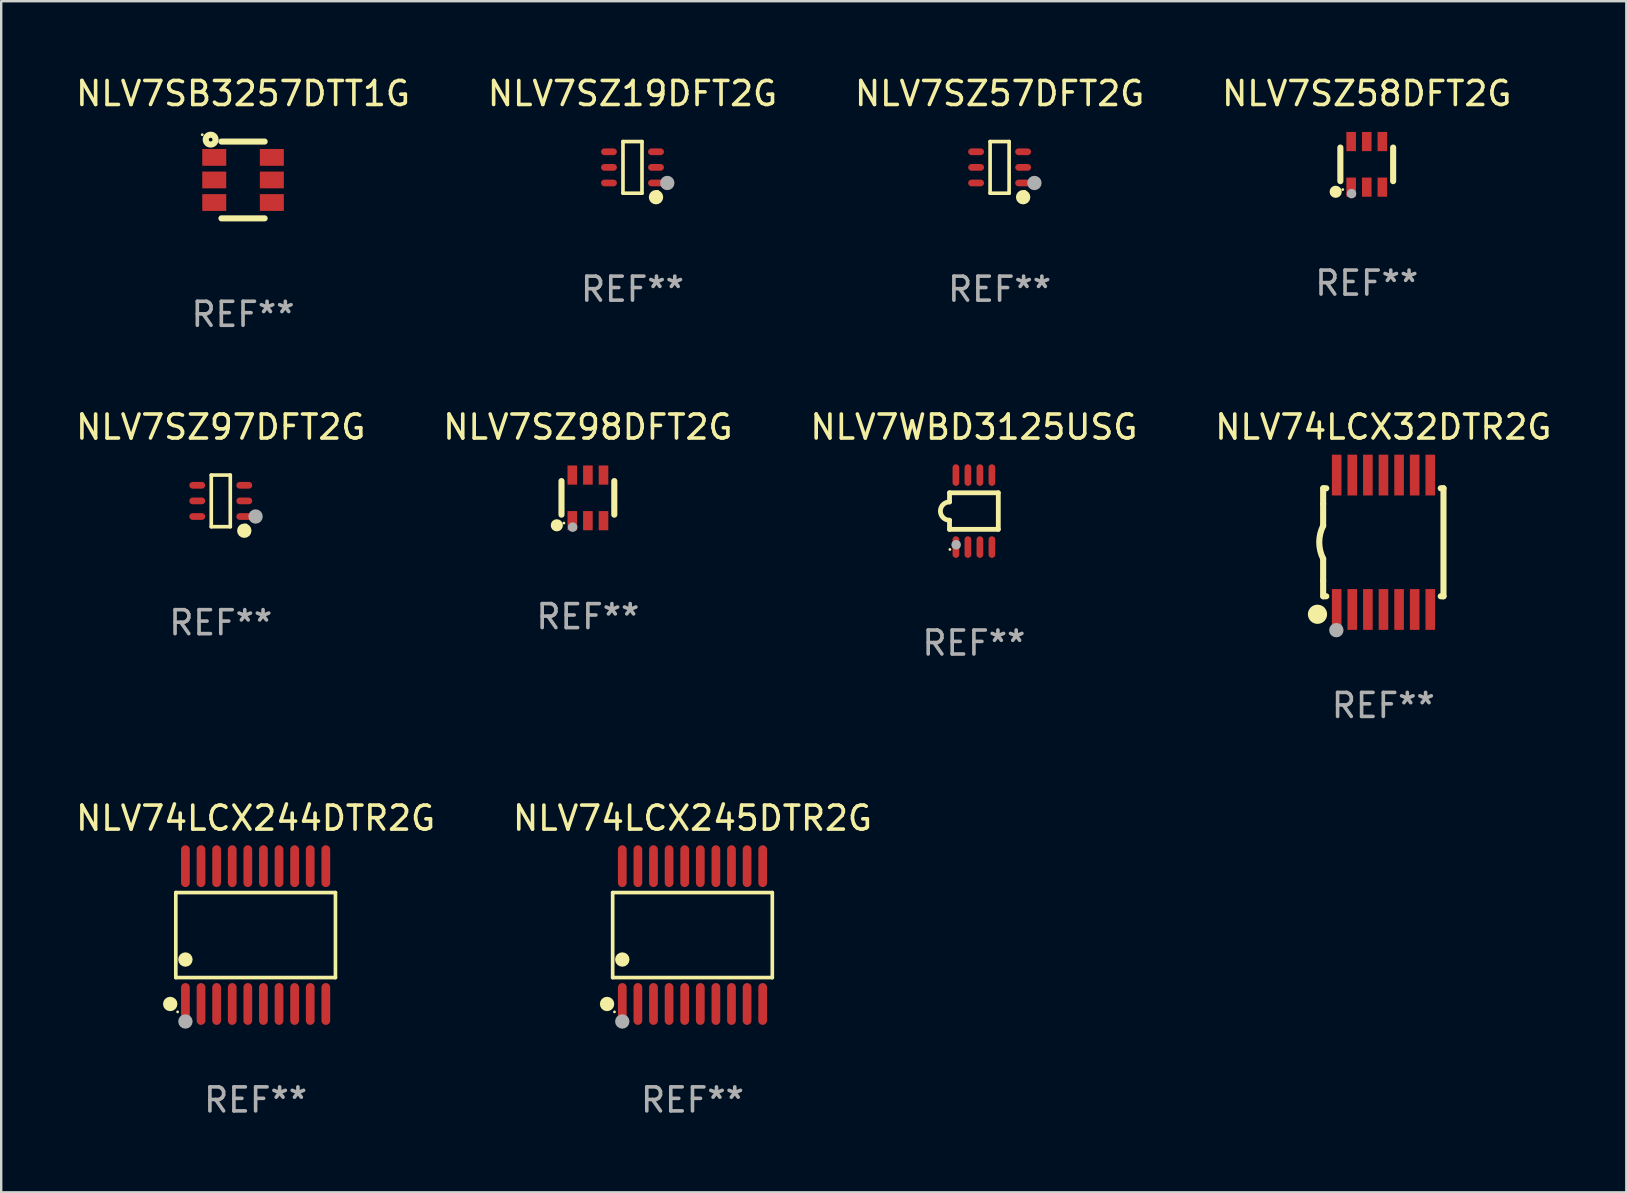
<source format=kicad_pcb>
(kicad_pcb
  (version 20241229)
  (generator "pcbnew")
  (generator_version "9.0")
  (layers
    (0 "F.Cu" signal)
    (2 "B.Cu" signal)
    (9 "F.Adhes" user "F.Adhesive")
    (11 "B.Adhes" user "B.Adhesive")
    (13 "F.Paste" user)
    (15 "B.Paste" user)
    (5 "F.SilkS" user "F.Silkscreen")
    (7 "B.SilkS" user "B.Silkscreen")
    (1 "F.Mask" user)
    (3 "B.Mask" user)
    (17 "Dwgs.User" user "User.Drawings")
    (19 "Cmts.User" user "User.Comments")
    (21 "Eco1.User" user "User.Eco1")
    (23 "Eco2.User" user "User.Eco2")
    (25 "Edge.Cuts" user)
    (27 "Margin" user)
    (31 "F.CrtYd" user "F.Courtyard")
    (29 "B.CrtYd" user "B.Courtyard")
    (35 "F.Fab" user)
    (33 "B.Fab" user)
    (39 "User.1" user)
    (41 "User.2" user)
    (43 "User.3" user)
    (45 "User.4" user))
  (footprint "NLV74LCX245DTR2G"
    (layer "F.Cu")
    (at 25.804 35.912)
    (property "Reference" "NLV74LCX245DTR2G" (at 0 -4.871 0) (layer "F.SilkS") (effects (font (size 1 1) (thickness 0.15))))
    (attr through_hole)
    (fp_line (start -3.326 -1.771) (end 3.326 -1.771) (stroke (width 0.152) (type solid)) (layer "F.SilkS"))
    (fp_line (start -3.326 1.771) (end -3.326 -1.771) (stroke (width 0.152) (type solid)) (layer "F.SilkS"))
    (fp_line (start 3.326 -1.771) (end 3.326 1.771) (stroke (width 0.152) (type solid)) (layer "F.SilkS"))
    (fp_line (start 3.326 1.771) (end -3.326 1.771) (stroke (width 0.152) (type solid)) (layer "F.SilkS"))
    (fp_circle (center -3.559 2.871) (end -3.409 2.871) (stroke (width 0.3) (type solid)) (fill no) (layer "F.SilkS"))
    (fp_circle (center -3.25 3.2) (end -3.22 3.2) (stroke (width 0.06) (type solid)) (fill no) (layer "F.SilkS"))
    (fp_circle (center -2.925 1.019) (end -2.775 1.019) (stroke (width 0.3) (type solid)) (fill no) (layer "F.SilkS"))
    (fp_circle (center -2.925 3.6) (end -2.775 3.6) (stroke (width 0.3) (type solid)) (fill no) (layer "F.Fab"))
    (fp_text user "REF**" (at 0 6.871 0) (layer "F.Fab") (effects (font (size 1 1) (thickness 0.15))))
    (pad "1" smd oval (at -2.925 2.871) (size 0.364 1.742) (layers "F.Cu" "F.Mask" "F.Paste"))
    (pad "2" smd oval (at -2.275 2.871) (size 0.364 1.742) (layers "F.Cu" "F.Mask" "F.Paste"))
    (pad "3" smd oval (at -1.625 2.871) (size 0.364 1.742) (layers "F.Cu" "F.Mask" "F.Paste"))
    (pad "4" smd oval (at -0.975 2.871) (size 0.364 1.742) (layers "F.Cu" "F.Mask" "F.Paste"))
    (pad "5" smd oval (at -0.325 2.871) (size 0.364 1.742) (layers "F.Cu" "F.Mask" "F.Paste"))
    (pad "6" smd oval (at 0.325 2.871) (size 0.364 1.742) (layers "F.Cu" "F.Mask" "F.Paste"))
    (pad "7" smd oval (at 0.975 2.871) (size 0.364 1.742) (layers "F.Cu" "F.Mask" "F.Paste"))
    (pad "8" smd oval (at 1.625 2.871) (size 0.364 1.742) (layers "F.Cu" "F.Mask" "F.Paste"))
    (pad "9" smd oval (at 2.275 2.871) (size 0.364 1.742) (layers "F.Cu" "F.Mask" "F.Paste"))
    (pad "10" smd oval (at 2.925 2.871) (size 0.364 1.742) (layers "F.Cu" "F.Mask" "F.Paste"))
    (pad "11" smd oval (at 2.925 -2.871) (size 0.364 1.742) (layers "F.Cu" "F.Mask" "F.Paste"))
    (pad "12" smd oval (at 2.275 -2.871) (size 0.364 1.742) (layers "F.Cu" "F.Mask" "F.Paste"))
    (pad "13" smd oval (at 1.625 -2.871) (size 0.364 1.742) (layers "F.Cu" "F.Mask" "F.Paste"))
    (pad "14" smd oval (at 0.975 -2.871) (size 0.364 1.742) (layers "F.Cu" "F.Mask" "F.Paste"))
    (pad "15" smd oval (at 0.325 -2.871) (size 0.364 1.742) (layers "F.Cu" "F.Mask" "F.Paste"))
    (pad "16" smd oval (at -0.325 -2.871) (size 0.364 1.742) (layers "F.Cu" "F.Mask" "F.Paste"))
    (pad "17" smd oval (at -0.975 -2.871) (size 0.364 1.742) (layers "F.Cu" "F.Mask" "F.Paste"))
    (pad "18" smd oval (at -1.625 -2.871) (size 0.364 1.742) (layers "F.Cu" "F.Mask" "F.Paste"))
    (pad "19" smd oval (at -2.275 -2.871) (size 0.364 1.742) (layers "F.Cu" "F.Mask" "F.Paste"))
    (pad "20" smd oval (at -2.925 -2.871) (size 0.364 1.742) (layers "F.Cu" "F.Mask" "F.Paste")))
  (footprint "NLV74LCX32DTR2G"
    (layer "F.Cu")
    (at 54.589 19.545)
    (property "Reference" "NLV74LCX32DTR2G" (at 0 -4.8 0) (layer "F.SilkS") (effects (font (size 1 1) (thickness 0.15))))
    (attr through_hole)
    (fp_line (start -2.507 -1.6) (end -2.507 -2.25) (stroke (width 0.254) (type solid)) (layer "F.SilkS"))
    (fp_line (start -2.507 -0.686) (end -2.507 -1.6) (stroke (width 0.254) (type solid)) (layer "F.SilkS"))
    (fp_line (start -2.507 1.6) (end -2.507 0.686) (stroke (width 0.254) (type solid)) (layer "F.SilkS"))
    (fp_line (start -2.507 1.6) (end -2.507 2.25) (stroke (width 0.254) (type solid)) (layer "F.SilkS"))
    (fp_line (start -2.493 -2.25) (end -2.377 -2.25) (stroke (width 0.254) (type solid)) (layer "F.SilkS"))
    (fp_line (start -2.377 2.25) (end -2.493 2.25) (stroke (width 0.254) (type solid)) (layer "F.SilkS"))
    (fp_line (start 2.392 -2.25) (end 2.507 -2.25) (stroke (width 0.254) (type solid)) (layer "F.SilkS"))
    (fp_line (start 2.507 -2.25) (end 2.507 2.25) (stroke (width 0.254) (type solid)) (layer "F.SilkS"))
    (fp_line (start 2.507 2.25) (end 2.392 2.25) (stroke (width 0.254) (type solid)) (layer "F.SilkS"))
    (fp_arc (start -2.507303 0.685802) (mid -2.669199 0) (end -2.507303 -0.685801) (stroke (width 0.254001) (type solid)) (layer "F.SilkS"))
    (fp_circle (center -2.743 3) (end -2.543 3) (stroke (width 0.4) (type solid)) (fill no) (layer "F.SilkS"))
    (fp_circle (center -2.493 3.2) (end -2.463 3.2) (stroke (width 0.06) (type solid)) (fill no) (layer "F.SilkS"))
    (fp_circle (center -1.957 3.662) (end -1.807 3.662) (stroke (width 0.3) (type solid)) (fill no) (layer "F.Fab"))
    (fp_text user "REF**" (at 0 6.8 0) (layer "F.Fab") (effects (font (size 1 1) (thickness 0.15))))
    (pad "1" smd rect (at -1.943 2.8) (size 0.4 1.7) (layers "F.Cu" "F.Mask" "F.Paste"))
    (pad "2" smd rect (at -1.293 2.8) (size 0.4 1.7) (layers "F.Cu" "F.Mask" "F.Paste"))
    (pad "3" smd rect (at -0.643 2.8) (size 0.4 1.7) (layers "F.Cu" "F.Mask" "F.Paste"))
    (pad "4" smd rect (at 0.007 2.8) (size 0.4 1.7) (layers "F.Cu" "F.Mask" "F.Paste"))
    (pad "5" smd rect (at 0.657 2.8) (size 0.4 1.7) (layers "F.Cu" "F.Mask" "F.Paste"))
    (pad "6" smd rect (at 1.307 2.8) (size 0.4 1.7) (layers "F.Cu" "F.Mask" "F.Paste"))
    (pad "7" smd rect (at 1.957 2.8) (size 0.4 1.7) (layers "F.Cu" "F.Mask" "F.Paste"))
    (pad "8" smd rect (at 1.957 -2.8) (size 0.4 1.7) (layers "F.Cu" "F.Mask" "F.Paste"))
    (pad "9" smd rect (at 1.307 -2.8) (size 0.4 1.7) (layers "F.Cu" "F.Mask" "F.Paste"))
    (pad "10" smd rect (at 0.657 -2.8) (size 0.4 1.7) (layers "F.Cu" "F.Mask" "F.Paste"))
    (pad "11" smd rect (at 0.007 -2.8) (size 0.4 1.7) (layers "F.Cu" "F.Mask" "F.Paste"))
    (pad "12" smd rect (at -0.643 -2.8) (size 0.4 1.7) (layers "F.Cu" "F.Mask" "F.Paste"))
    (pad "13" smd rect (at -1.293 -2.8) (size 0.4 1.7) (layers "F.Cu" "F.Mask" "F.Paste"))
    (pad "14" smd rect (at -1.943 -2.8) (size 0.4 1.7) (layers "F.Cu" "F.Mask" "F.Paste")))
  (footprint "NLV7SZ97DFT2G"
    (layer "F.Cu")
    (at 6.149 17.821)
    (property "Reference" "NLV7SZ97DFT2G" (at 0 -3.076 0) (layer "F.SilkS") (effects (font (size 1 1) (thickness 0.15))))
    (attr through_hole)
    (fp_line (start -0.396 -1.076) (end 0.396 -1.076) (stroke (width 0.152) (type solid)) (layer "F.SilkS"))
    (fp_line (start -0.396 1.076) (end -0.396 -1.076) (stroke (width 0.152) (type solid)) (layer "F.SilkS"))
    (fp_line (start 0.396 -1.076) (end 0.396 1.076) (stroke (width 0.152) (type solid)) (layer "F.SilkS"))
    (fp_line (start 0.396 1.076) (end -0.396 1.076) (stroke (width 0.152) (type solid)) (layer "F.SilkS"))
    (fp_circle (center 0.98 1.242) (end 1.13 1.242) (stroke (width 0.3) (type solid)) (fill no) (layer "F.SilkS"))
    (fp_circle (center 1.05 1) (end 1.08 1) (stroke (width 0.06) (type solid)) (fill no) (layer "F.SilkS"))
    (fp_circle (center 1.45 0.65) (end 1.6 0.65) (stroke (width 0.3) (type solid)) (fill no) (layer "F.Fab"))
    (fp_text user "REF**" (at 0 5.076 0) (layer "F.Fab") (effects (font (size 1 1) (thickness 0.15))))
    (pad "1" smd oval (at 0.98 0.65 90) (size 0.28 0.66) (layers "F.Cu" "F.Mask" "F.Paste"))
    (pad "2" smd oval (at 0.98 0 90) (size 0.28 0.66) (layers "F.Cu" "F.Mask" "F.Paste"))
    (pad "3" smd oval (at 0.98 -0.65 90) (size 0.28 0.66) (layers "F.Cu" "F.Mask" "F.Paste"))
    (pad "4" smd oval (at -0.98 -0.65 90) (size 0.28 0.66) (layers "F.Cu" "F.Mask" "F.Paste"))
    (pad "5" smd oval (at -0.98 0 90) (size 0.28 0.66) (layers "F.Cu" "F.Mask" "F.Paste"))
    (pad "6" smd oval (at -0.98 0.65 90) (size 0.28 0.66) (layers "F.Cu" "F.Mask" "F.Paste")))
  (footprint "NLV7SZ58DFT2G"
    (layer "F.Cu")
    (at 53.899 3.798)
    (property "Reference" "NLV7SZ58DFT2G" (at 0 -2.95 0) (layer "F.SilkS") (effects (font (size 1 1) (thickness 0.15))))
    (attr through_hole)
    (fp_line (start -1.1 -0.7) (end -1.1 0.7) (stroke (width 0.254) (type solid)) (layer "F.SilkS"))
    (fp_line (start 1.1 -0.7) (end 1.1 0.7) (stroke (width 0.254) (type solid)) (layer "F.SilkS"))
    (fp_circle (center -1.295 1.143) (end -1.168 1.143) (stroke (width 0.254) (type solid)) (fill no) (layer "F.SilkS"))
    (fp_circle (center -1 1.05) (end -0.97 1.05) (stroke (width 0.06) (type solid)) (fill no) (layer "F.SilkS"))
    (fp_circle (center -0.635 1.219) (end -0.535 1.219) (stroke (width 0.2) (type solid)) (fill no) (layer "F.Fab"))
    (fp_text user "REF**" (at 0 4.95 0) (layer "F.Fab") (effects (font (size 1 1) (thickness 0.15))))
    (pad "1" smd rect (at -0.65 0.95) (size 0.4 0.8) (layers "F.Cu" "F.Mask" "F.Paste"))
    (pad "2" smd rect (at 0 0.95) (size 0.4 0.8) (layers "F.Cu" "F.Mask" "F.Paste"))
    (pad "3" smd rect (at 0.65 0.95) (size 0.4 0.8) (layers "F.Cu" "F.Mask" "F.Paste"))
    (pad "4" smd rect (at 0.65 -0.95) (size 0.4 0.8) (layers "F.Cu" "F.Mask" "F.Paste"))
    (pad "5" smd rect (at 0 -0.95) (size 0.4 0.8) (layers "F.Cu" "F.Mask" "F.Paste"))
    (pad "6" smd rect (at -0.65 -0.95) (size 0.4 0.8) (layers "F.Cu" "F.Mask" "F.Paste")))
  (footprint "NLV7SB3257DTT1G"
    (layer "F.Cu")
    (at 7.077 4.448)
    (property "Reference" "NLV7SB3257DTT1G" (at 0 -3.6 0) (layer "F.SilkS") (effects (font (size 1 1) (thickness 0.15))))
    (attr through_hole)
    (fp_line (start 0.9 -1.6) (end -0.9 -1.6) (stroke (width 0.254) (type solid)) (layer "F.SilkS"))
    (fp_line (start 0.9 1.6) (end -0.9 1.6) (stroke (width 0.254) (type solid)) (layer "F.SilkS"))
    (fp_circle (center -1.7 -1.885) (end -1.67 -1.885) (stroke (width 0.06) (type solid)) (fill no) (layer "F.SilkS"))
    (fp_circle (center -1.35 -1.68) (end -1.272 -1.68) (stroke (width 0.254) (type solid)) (fill no) (layer "F.SilkS"))
    (fp_text user "REF**" (at 0 5.6 0) (layer "F.Fab") (effects (font (size 1 1) (thickness 0.15))))
    (pad "1" smd rect (at -1.2 -0.94) (size 1 0.7) (layers "F.Cu" "F.Mask" "F.Paste"))
    (pad "2" smd rect (at -1.2 0) (size 1 0.7) (layers "F.Cu" "F.Mask" "F.Paste"))
    (pad "3" smd rect (at -1.2 0.94) (size 1 0.7) (layers "F.Cu" "F.Mask" "F.Paste"))
    (pad "4" smd rect (at 1.2 0.94) (size 1 0.7) (layers "F.Cu" "F.Mask" "F.Paste"))
    (pad "5" smd rect (at 1.2 0) (size 1 0.7) (layers "F.Cu" "F.Mask" "F.Paste"))
    (pad "6" smd rect (at 1.2 -0.94) (size 1 0.7) (layers "F.Cu" "F.Mask" "F.Paste")))
  (footprint "NLV7SZ57DFT2G"
    (layer "F.Cu")
    (at 38.601 3.924)
    (property "Reference" "NLV7SZ57DFT2G" (at 0 -3.076 0) (layer "F.SilkS") (effects (font (size 1 1) (thickness 0.15))))
    (attr through_hole)
    (fp_line (start -0.396 -1.076) (end 0.396 -1.076) (stroke (width 0.152) (type solid)) (layer "F.SilkS"))
    (fp_line (start -0.396 1.076) (end -0.396 -1.076) (stroke (width 0.152) (type solid)) (layer "F.SilkS"))
    (fp_line (start 0.396 -1.076) (end 0.396 1.076) (stroke (width 0.152) (type solid)) (layer "F.SilkS"))
    (fp_line (start 0.396 1.076) (end -0.396 1.076) (stroke (width 0.152) (type solid)) (layer "F.SilkS"))
    (fp_circle (center 0.98 1.242) (end 1.13 1.242) (stroke (width 0.3) (type solid)) (fill no) (layer "F.SilkS"))
    (fp_circle (center 1.05 1) (end 1.08 1) (stroke (width 0.06) (type solid)) (fill no) (layer "F.SilkS"))
    (fp_circle (center 1.45 0.65) (end 1.6 0.65) (stroke (width 0.3) (type solid)) (fill no) (layer "F.Fab"))
    (fp_text user "REF**" (at 0 5.076 0) (layer "F.Fab") (effects (font (size 1 1) (thickness 0.15))))
    (pad "1" smd oval (at 0.98 0.65 90) (size 0.28 0.66) (layers "F.Cu" "F.Mask" "F.Paste"))
    (pad "2" smd oval (at 0.98 0 90) (size 0.28 0.66) (layers "F.Cu" "F.Mask" "F.Paste"))
    (pad "3" smd oval (at 0.98 -0.65 90) (size 0.28 0.66) (layers "F.Cu" "F.Mask" "F.Paste"))
    (pad "4" smd oval (at -0.98 -0.65 90) (size 0.28 0.66) (layers "F.Cu" "F.Mask" "F.Paste"))
    (pad "5" smd oval (at -0.98 0 90) (size 0.28 0.66) (layers "F.Cu" "F.Mask" "F.Paste"))
    (pad "6" smd oval (at -0.98 0.65 90) (size 0.28 0.66) (layers "F.Cu" "F.Mask" "F.Paste")))
  (footprint "NLV74LCX244DTR2G"
    (layer "F.Cu")
    (at 7.601 35.912)
    (property "Reference" "NLV74LCX244DTR2G" (at 0 -4.871 0) (layer "F.SilkS") (effects (font (size 1 1) (thickness 0.15))))
    (attr through_hole)
    (fp_line (start -3.326 -1.771) (end 3.326 -1.771) (stroke (width 0.152) (type solid)) (layer "F.SilkS"))
    (fp_line (start -3.326 1.771) (end -3.326 -1.771) (stroke (width 0.152) (type solid)) (layer "F.SilkS"))
    (fp_line (start 3.326 -1.771) (end 3.326 1.771) (stroke (width 0.152) (type solid)) (layer "F.SilkS"))
    (fp_line (start 3.326 1.771) (end -3.326 1.771) (stroke (width 0.152) (type solid)) (layer "F.SilkS"))
    (fp_circle (center -3.559 2.871) (end -3.409 2.871) (stroke (width 0.3) (type solid)) (fill no) (layer "F.SilkS"))
    (fp_circle (center -3.25 3.2) (end -3.22 3.2) (stroke (width 0.06) (type solid)) (fill no) (layer "F.SilkS"))
    (fp_circle (center -2.925 1.019) (end -2.775 1.019) (stroke (width 0.3) (type solid)) (fill no) (layer "F.SilkS"))
    (fp_circle (center -2.925 3.6) (end -2.775 3.6) (stroke (width 0.3) (type solid)) (fill no) (layer "F.Fab"))
    (fp_text user "REF**" (at 0 6.871 0) (layer "F.Fab") (effects (font (size 1 1) (thickness 0.15))))
    (pad "1" smd oval (at -2.925 2.871) (size 0.364 1.742) (layers "F.Cu" "F.Mask" "F.Paste"))
    (pad "2" smd oval (at -2.275 2.871) (size 0.364 1.742) (layers "F.Cu" "F.Mask" "F.Paste"))
    (pad "3" smd oval (at -1.625 2.871) (size 0.364 1.742) (layers "F.Cu" "F.Mask" "F.Paste"))
    (pad "4" smd oval (at -0.975 2.871) (size 0.364 1.742) (layers "F.Cu" "F.Mask" "F.Paste"))
    (pad "5" smd oval (at -0.325 2.871) (size 0.364 1.742) (layers "F.Cu" "F.Mask" "F.Paste"))
    (pad "6" smd oval (at 0.325 2.871) (size 0.364 1.742) (layers "F.Cu" "F.Mask" "F.Paste"))
    (pad "7" smd oval (at 0.975 2.871) (size 0.364 1.742) (layers "F.Cu" "F.Mask" "F.Paste"))
    (pad "8" smd oval (at 1.625 2.871) (size 0.364 1.742) (layers "F.Cu" "F.Mask" "F.Paste"))
    (pad "9" smd oval (at 2.275 2.871) (size 0.364 1.742) (layers "F.Cu" "F.Mask" "F.Paste"))
    (pad "10" smd oval (at 2.925 2.871) (size 0.364 1.742) (layers "F.Cu" "F.Mask" "F.Paste"))
    (pad "11" smd oval (at 2.925 -2.871) (size 0.364 1.742) (layers "F.Cu" "F.Mask" "F.Paste"))
    (pad "12" smd oval (at 2.275 -2.871) (size 0.364 1.742) (layers "F.Cu" "F.Mask" "F.Paste"))
    (pad "13" smd oval (at 1.625 -2.871) (size 0.364 1.742) (layers "F.Cu" "F.Mask" "F.Paste"))
    (pad "14" smd oval (at 0.975 -2.871) (size 0.364 1.742) (layers "F.Cu" "F.Mask" "F.Paste"))
    (pad "15" smd oval (at 0.325 -2.871) (size 0.364 1.742) (layers "F.Cu" "F.Mask" "F.Paste"))
    (pad "16" smd oval (at -0.325 -2.871) (size 0.364 1.742) (layers "F.Cu" "F.Mask" "F.Paste"))
    (pad "17" smd oval (at -0.975 -2.871) (size 0.364 1.742) (layers "F.Cu" "F.Mask" "F.Paste"))
    (pad "18" smd oval (at -1.625 -2.871) (size 0.364 1.742) (layers "F.Cu" "F.Mask" "F.Paste"))
    (pad "19" smd oval (at -2.275 -2.871) (size 0.364 1.742) (layers "F.Cu" "F.Mask" "F.Paste"))
    (pad "20" smd oval (at -2.925 -2.871) (size 0.364 1.742) (layers "F.Cu" "F.Mask" "F.Paste")))
  (footprint "NLV7SZ98DFT2G"
    (layer "F.Cu")
    (at 21.446 17.695)
    (property "Reference" "NLV7SZ98DFT2G" (at 0 -2.95 0) (layer "F.SilkS") (effects (font (size 1 1) (thickness 0.15))))
    (attr through_hole)
    (fp_line (start -1.1 -0.7) (end -1.1 0.7) (stroke (width 0.254) (type solid)) (layer "F.SilkS"))
    (fp_line (start 1.1 -0.7) (end 1.1 0.7) (stroke (width 0.254) (type solid)) (layer "F.SilkS"))
    (fp_circle (center -1.295 1.143) (end -1.168 1.143) (stroke (width 0.254) (type solid)) (fill no) (layer "F.SilkS"))
    (fp_circle (center -1 1.05) (end -0.97 1.05) (stroke (width 0.06) (type solid)) (fill no) (layer "F.SilkS"))
    (fp_circle (center -0.635 1.219) (end -0.535 1.219) (stroke (width 0.2) (type solid)) (fill no) (layer "F.Fab"))
    (fp_text user "REF**" (at 0 4.95 0) (layer "F.Fab") (effects (font (size 1 1) (thickness 0.15))))
    (pad "1" smd rect (at -0.65 0.95) (size 0.4 0.8) (layers "F.Cu" "F.Mask" "F.Paste"))
    (pad "2" smd rect (at 0 0.95) (size 0.4 0.8) (layers "F.Cu" "F.Mask" "F.Paste"))
    (pad "3" smd rect (at 0.65 0.95) (size 0.4 0.8) (layers "F.Cu" "F.Mask" "F.Paste"))
    (pad "4" smd rect (at 0.65 -0.95) (size 0.4 0.8) (layers "F.Cu" "F.Mask" "F.Paste"))
    (pad "5" smd rect (at 0 -0.95) (size 0.4 0.8) (layers "F.Cu" "F.Mask" "F.Paste"))
    (pad "6" smd rect (at -0.65 -0.95) (size 0.4 0.8) (layers "F.Cu" "F.Mask" "F.Paste")))
  (footprint "NLV7WBD3125USG"
    (layer "F.Cu")
    (at 37.53 18.245)
    (property "Reference" "NLV7WBD3125USG" (at 0 -3.5 0) (layer "F.SilkS") (effects (font (size 1 1) (thickness 0.15))))
    (attr through_hole)
    (fp_line (start -1.016 -0.762) (end 1.016 -0.762) (stroke (width 0.2) (type solid)) (layer "F.SilkS"))
    (fp_line (start -1.016 -0.381) (end -1.016 -0.762) (stroke (width 0.2) (type solid)) (layer "F.SilkS"))
    (fp_line (start -1.016 0.762) (end -1.016 0.381) (stroke (width 0.2) (type solid)) (layer "F.SilkS"))
    (fp_line (start 1.016 -0.762) (end 1.016 0.762) (stroke (width 0.2) (type solid)) (layer "F.SilkS"))
    (fp_line (start 1.016 0.762) (end -1.016 0.762) (stroke (width 0.2) (type solid)) (layer "F.SilkS"))
    (fp_arc (start -1.016002 0.381001) (mid -1.396698 -0.000025) (end -1.016002 -0.381051) (stroke (width 0.2) (type solid)) (layer "F.SilkS"))
    (fp_circle (center -1 1.6) (end -0.97 1.6) (stroke (width 0.06) (type solid)) (fill no) (layer "F.SilkS"))
    (fp_circle (center -0.74 1.402) (end -0.64 1.402) (stroke (width 0.2) (type solid)) (fill no) (layer "F.Fab"))
    (fp_text user "REF**" (at 0 5.5 0) (layer "F.Fab") (effects (font (size 1 1) (thickness 0.15))))
    (pad "1" smd oval (at -0.75 1.5) (size 0.28 0.9) (layers "F.Cu" "F.Mask" "F.Paste"))
    (pad "2" smd oval (at -0.25 1.5) (size 0.28 0.9) (layers "F.Cu" "F.Mask" "F.Paste"))
    (pad "3" smd oval (at 0.25 1.5) (size 0.28 0.9) (layers "F.Cu" "F.Mask" "F.Paste"))
    (pad "4" smd oval (at 0.75 1.5) (size 0.28 0.9) (layers "F.Cu" "F.Mask" "F.Paste"))
    (pad "5" smd oval (at 0.75 -1.5) (size 0.28 0.9) (layers "F.Cu" "F.Mask" "F.Paste"))
    (pad "6" smd oval (at 0.25 -1.5) (size 0.28 0.9) (layers "F.Cu" "F.Mask" "F.Paste"))
    (pad "7" smd oval (at -0.25 -1.5) (size 0.28 0.9) (layers "F.Cu" "F.Mask" "F.Paste"))
    (pad "8" smd oval (at -0.75 -1.5) (size 0.28 0.9) (layers "F.Cu" "F.Mask" "F.Paste")))
  (footprint "NLV7SZ19DFT2G"
    (layer "F.Cu")
    (at 23.304 3.924)
    (property "Reference" "NLV7SZ19DFT2G" (at 0 -3.076 0) (layer "F.SilkS") (effects (font (size 1 1) (thickness 0.15))))
    (attr through_hole)
    (fp_line (start -0.396 -1.076) (end 0.396 -1.076) (stroke (width 0.152) (type solid)) (layer "F.SilkS"))
    (fp_line (start -0.396 1.076) (end -0.396 -1.076) (stroke (width 0.152) (type solid)) (layer "F.SilkS"))
    (fp_line (start 0.396 -1.076) (end 0.396 1.076) (stroke (width 0.152) (type solid)) (layer "F.SilkS"))
    (fp_line (start 0.396 1.076) (end -0.396 1.076) (stroke (width 0.152) (type solid)) (layer "F.SilkS"))
    (fp_circle (center 0.98 1.242) (end 1.13 1.242) (stroke (width 0.3) (type solid)) (fill no) (layer "F.SilkS"))
    (fp_circle (center 1.05 1) (end 1.08 1) (stroke (width 0.06) (type solid)) (fill no) (layer "F.SilkS"))
    (fp_circle (center 1.45 0.65) (end 1.6 0.65) (stroke (width 0.3) (type solid)) (fill no) (layer "F.Fab"))
    (fp_text user "REF**" (at 0 5.076 0) (layer "F.Fab") (effects (font (size 1 1) (thickness 0.15))))
    (pad "1" smd oval (at 0.98 0.65 90) (size 0.28 0.66) (layers "F.Cu" "F.Mask" "F.Paste"))
    (pad "2" smd oval (at 0.98 0 90) (size 0.28 0.66) (layers "F.Cu" "F.Mask" "F.Paste"))
    (pad "3" smd oval (at 0.98 -0.65 90) (size 0.28 0.66) (layers "F.Cu" "F.Mask" "F.Paste"))
    (pad "4" smd oval (at -0.98 -0.65 90) (size 0.28 0.66) (layers "F.Cu" "F.Mask" "F.Paste"))
    (pad "5" smd oval (at -0.98 0 90) (size 0.28 0.66) (layers "F.Cu" "F.Mask" "F.Paste"))
    (pad "6" smd oval (at -0.98 0.65 90) (size 0.28 0.66) (layers "F.Cu" "F.Mask" "F.Paste")))
  (gr_rect
    (start -3 -3)
    (end 64.714 46.632)
    (stroke (width 0.1) (type default))
    (fill no)
    (layer "Edge.Cuts")))
</source>
